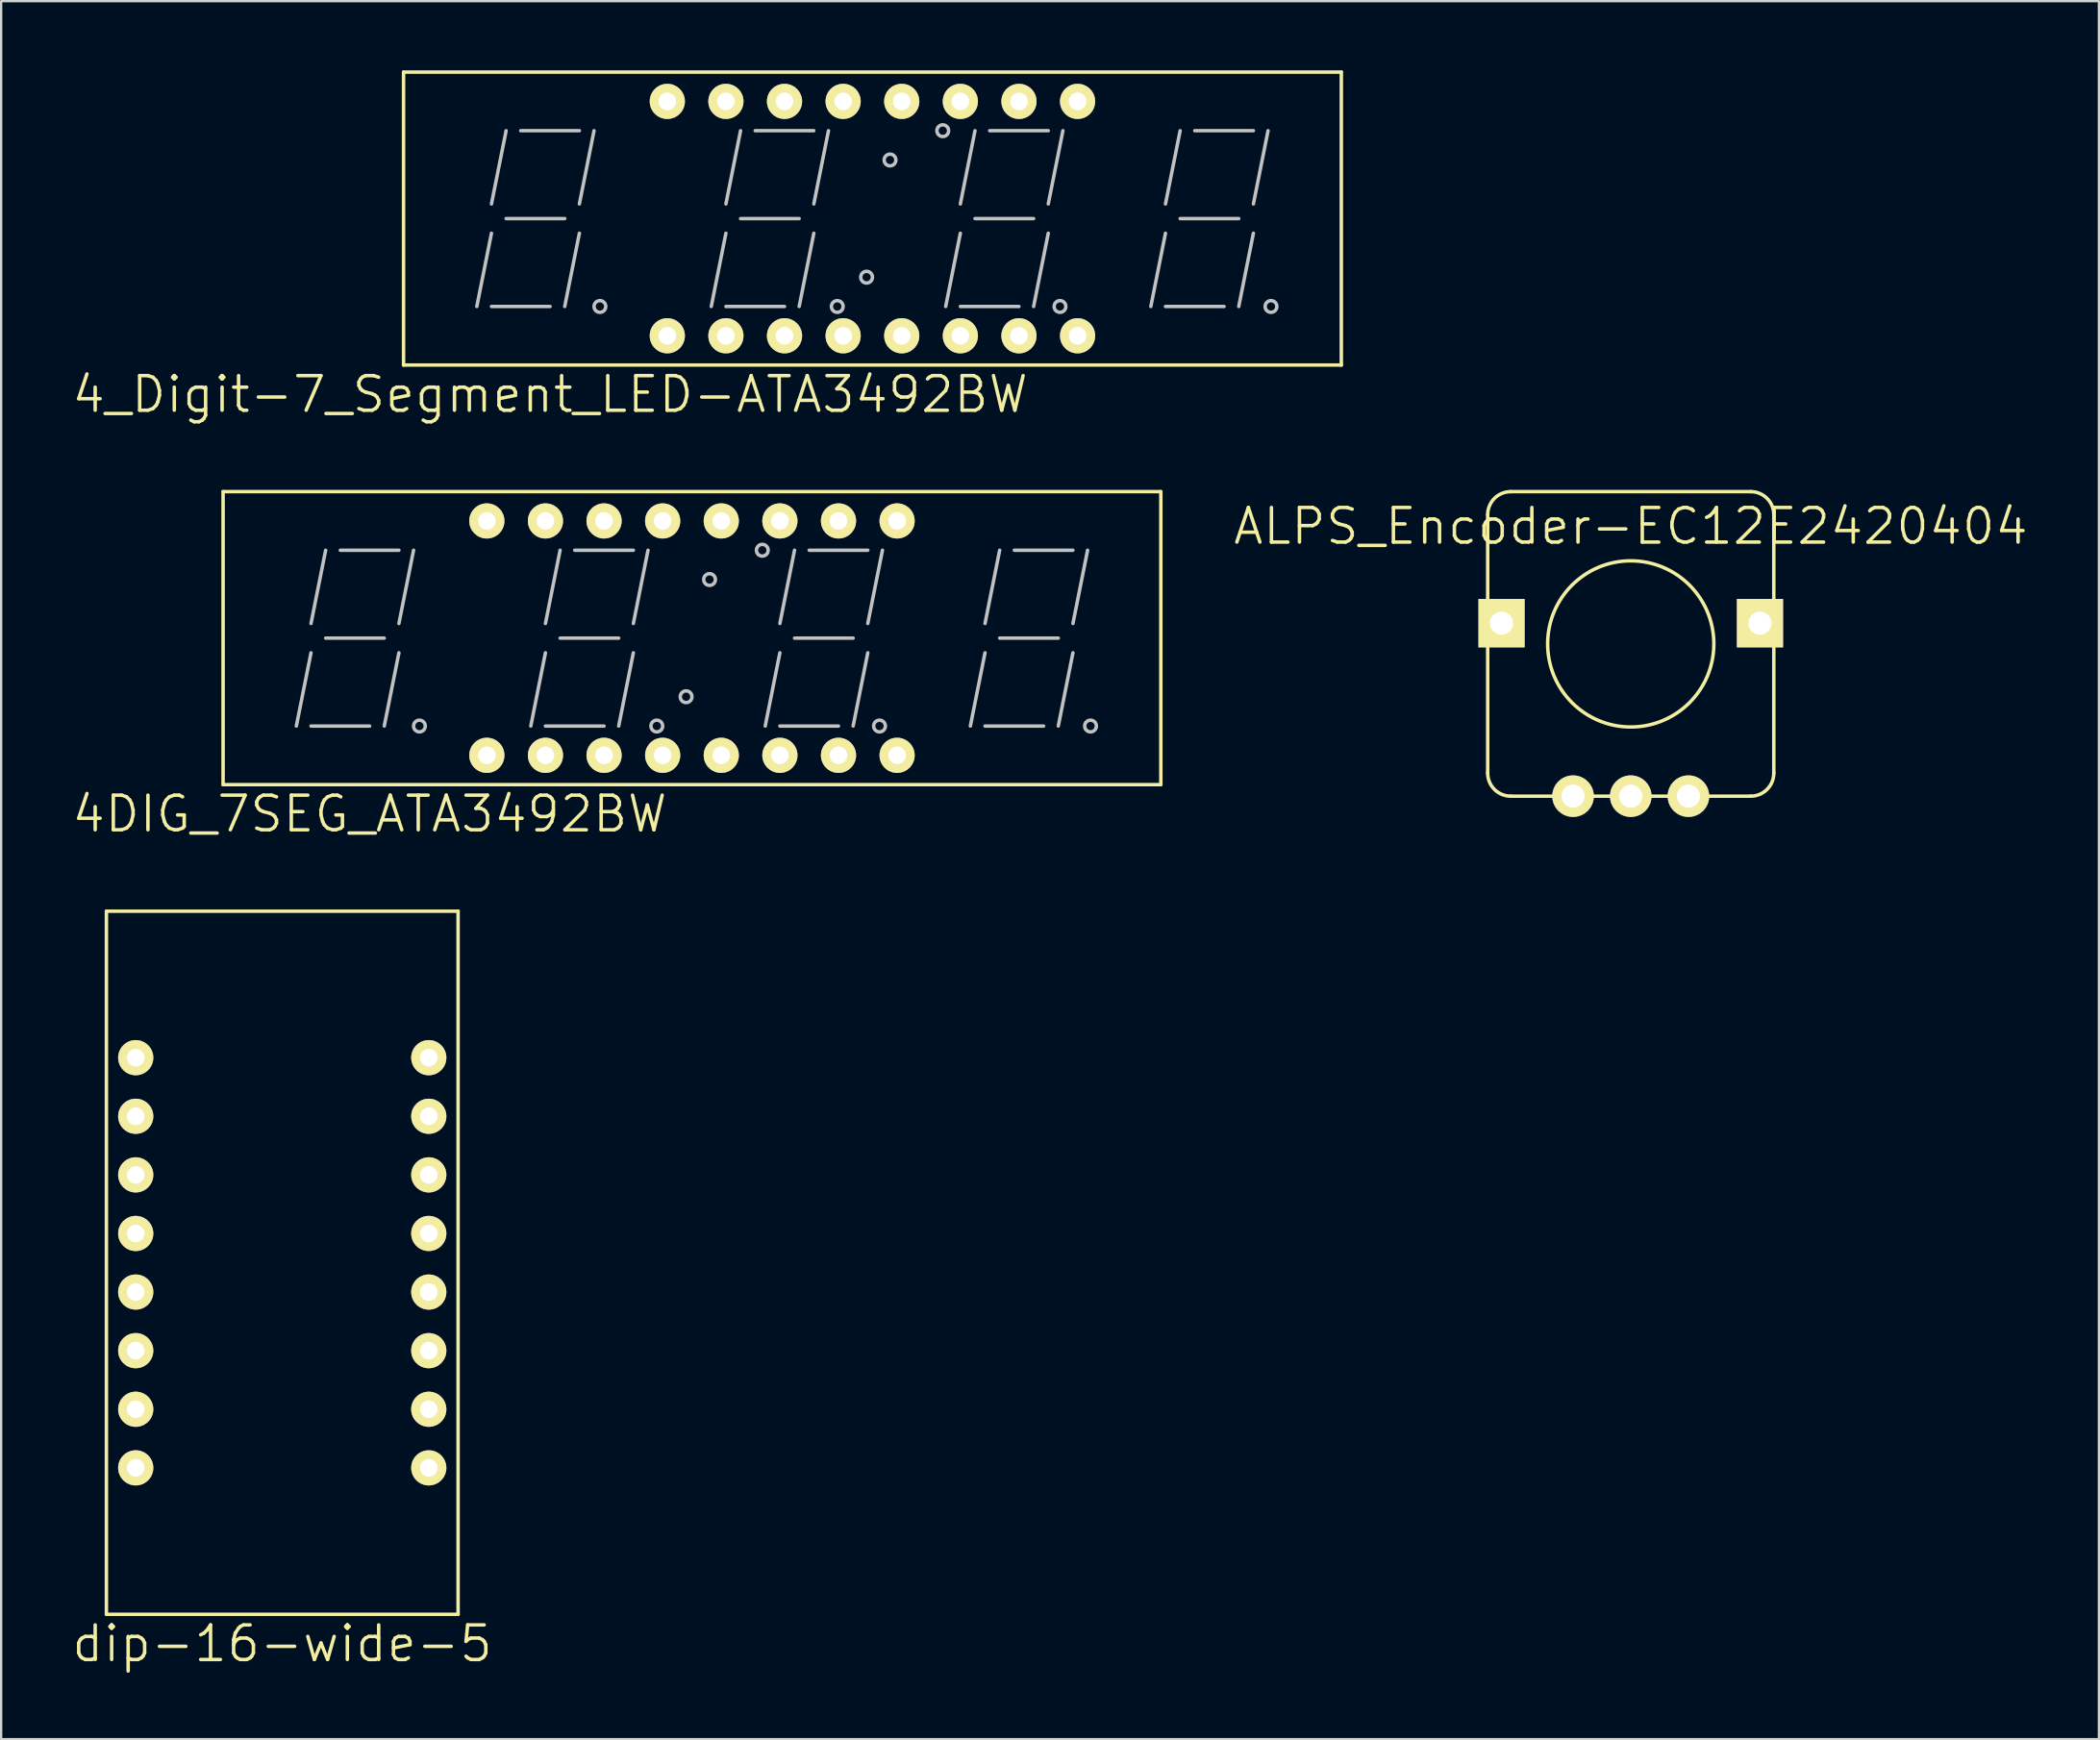
<source format=kicad_pcb>
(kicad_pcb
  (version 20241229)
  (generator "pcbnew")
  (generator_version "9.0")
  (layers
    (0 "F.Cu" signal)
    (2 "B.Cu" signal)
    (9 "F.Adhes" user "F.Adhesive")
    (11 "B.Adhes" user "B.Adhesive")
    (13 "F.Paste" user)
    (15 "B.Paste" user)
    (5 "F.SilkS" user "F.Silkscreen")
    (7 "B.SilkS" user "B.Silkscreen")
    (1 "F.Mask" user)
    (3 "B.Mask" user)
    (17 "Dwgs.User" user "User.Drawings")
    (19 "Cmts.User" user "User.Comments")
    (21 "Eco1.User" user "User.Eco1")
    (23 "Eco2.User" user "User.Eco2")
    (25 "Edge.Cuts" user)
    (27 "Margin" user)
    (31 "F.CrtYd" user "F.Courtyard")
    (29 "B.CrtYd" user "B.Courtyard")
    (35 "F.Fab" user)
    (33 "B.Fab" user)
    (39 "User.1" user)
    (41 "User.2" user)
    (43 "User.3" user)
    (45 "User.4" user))
  (footprint "4_Digit-7_Segment_LED-ATA3492BW"
    (layer "F.Cu")
    (at 34.759 6.425)
    (property "Reference" "4_Digit-7_Segment_LED-ATA3492BW" (at -13.97 7.62 0) (layer "F.SilkS") (effects (font (size 1.5 1.5) (thickness 0.15))))
    (attr through_hole)
    (fp_line (start -20.32 -6.35) (end -20.32 6.35) (stroke (width 0.15) (type solid)) (layer "F.SilkS"))
    (fp_line (start -20.32 6.35) (end 20.32 6.35) (stroke (width 0.15) (type solid)) (layer "F.SilkS"))
    (fp_line (start 20.32 -6.35) (end -20.32 -6.35) (stroke (width 0.15) (type solid)) (layer "F.SilkS"))
    (fp_line (start 20.32 -6.35) (end 20.32 6.35) (stroke (width 0.15) (type solid)) (layer "F.SilkS"))
    (fp_line (start -17.145 3.81) (end -16.51 0.635) (stroke (width 0.15) (type solid)) (layer "Dwgs.User"))
    (fp_line (start -16.51 -0.635) (end -15.875 -3.81) (stroke (width 0.15) (type solid)) (layer "Dwgs.User"))
    (fp_line (start -16.51 3.81) (end -13.97 3.81) (stroke (width 0.15) (type solid)) (layer "Dwgs.User"))
    (fp_line (start -15.875 0) (end -13.335 0) (stroke (width 0.15) (type solid)) (layer "Dwgs.User"))
    (fp_line (start -15.24 -3.81) (end -12.7 -3.81) (stroke (width 0.15) (type solid)) (layer "Dwgs.User"))
    (fp_line (start -13.335 3.81) (end -12.7 0.635) (stroke (width 0.15) (type solid)) (layer "Dwgs.User"))
    (fp_line (start -12.7 -0.635) (end -12.065 -3.81) (stroke (width 0.15) (type solid)) (layer "Dwgs.User"))
    (fp_line (start -6.985 3.81) (end -6.35 0.635) (stroke (width 0.15) (type solid)) (layer "Dwgs.User"))
    (fp_line (start -6.35 -0.635) (end -5.715 -3.81) (stroke (width 0.15) (type solid)) (layer "Dwgs.User"))
    (fp_line (start -6.35 3.81) (end -3.81 3.81) (stroke (width 0.15) (type solid)) (layer "Dwgs.User"))
    (fp_line (start -5.715 0) (end -3.175 0) (stroke (width 0.15) (type solid)) (layer "Dwgs.User"))
    (fp_line (start -5.08 -3.81) (end -2.54 -3.81) (stroke (width 0.15) (type solid)) (layer "Dwgs.User"))
    (fp_line (start -3.175 3.81) (end -2.54 0.635) (stroke (width 0.15) (type solid)) (layer "Dwgs.User"))
    (fp_line (start -2.54 -0.635) (end -1.905 -3.81) (stroke (width 0.15) (type solid)) (layer "Dwgs.User"))
    (fp_line (start 3.175 3.81) (end 3.81 0.635) (stroke (width 0.15) (type solid)) (layer "Dwgs.User"))
    (fp_line (start 3.81 -0.635) (end 4.445 -3.81) (stroke (width 0.15) (type solid)) (layer "Dwgs.User"))
    (fp_line (start 3.81 3.81) (end 6.35 3.81) (stroke (width 0.15) (type solid)) (layer "Dwgs.User"))
    (fp_line (start 4.445 0) (end 6.985 0) (stroke (width 0.15) (type solid)) (layer "Dwgs.User"))
    (fp_line (start 5.08 -3.81) (end 7.62 -3.81) (stroke (width 0.15) (type solid)) (layer "Dwgs.User"))
    (fp_line (start 6.985 3.81) (end 7.62 0.635) (stroke (width 0.15) (type solid)) (layer "Dwgs.User"))
    (fp_line (start 7.62 -0.635) (end 8.255 -3.81) (stroke (width 0.15) (type solid)) (layer "Dwgs.User"))
    (fp_line (start 12.065 3.81) (end 12.7 0.635) (stroke (width 0.15) (type solid)) (layer "Dwgs.User"))
    (fp_line (start 12.7 -0.635) (end 13.335 -3.81) (stroke (width 0.15) (type solid)) (layer "Dwgs.User"))
    (fp_line (start 12.7 3.81) (end 15.24 3.81) (stroke (width 0.15) (type solid)) (layer "Dwgs.User"))
    (fp_line (start 13.335 0) (end 15.875 0) (stroke (width 0.15) (type solid)) (layer "Dwgs.User"))
    (fp_line (start 13.97 -3.81) (end 16.51 -3.81) (stroke (width 0.15) (type solid)) (layer "Dwgs.User"))
    (fp_line (start 15.875 3.81) (end 16.51 0.635) (stroke (width 0.15) (type solid)) (layer "Dwgs.User"))
    (fp_line (start 16.51 -0.635) (end 17.145 -3.81) (stroke (width 0.15) (type solid)) (layer "Dwgs.User"))
    (fp_circle (center -11.811 3.81) (end -11.557 3.81) (stroke (width 0.15) (type solid)) (fill no) (layer "Dwgs.User"))
    (fp_circle (center -1.524 3.81) (end -1.27 3.81) (stroke (width 0.15) (type solid)) (fill no) (layer "Dwgs.User"))
    (fp_circle (center -0.254 2.54) (end 0 2.54) (stroke (width 0.15) (type solid)) (fill no) (layer "Dwgs.User"))
    (fp_circle (center 0.762 -2.54) (end 1.016 -2.54) (stroke (width 0.15) (type solid)) (fill no) (layer "Dwgs.User"))
    (fp_circle (center 3.048 -3.81) (end 2.794 -3.81) (stroke (width 0.15) (type solid)) (fill no) (layer "Dwgs.User"))
    (fp_circle (center 8.128 3.81) (end 8.382 3.81) (stroke (width 0.15) (type solid)) (fill no) (layer "Dwgs.User"))
    (fp_circle (center 17.272 3.81) (end 17.018 3.81) (stroke (width 0.15) (type solid)) (fill no) (layer "Dwgs.User"))
    (pad "1" thru_hole circle (at -8.89 5.08) (size 1.524 1.524) (drill 0.762) (layers "*.Cu" "*.Mask" "F.SilkS"))
    (pad "2" thru_hole circle (at -6.35 5.08) (size 1.524 1.524) (drill 0.762) (layers "*.Cu" "*.Mask" "F.SilkS"))
    (pad "3" thru_hole circle (at -3.81 5.08) (size 1.524 1.524) (drill 0.762) (layers "*.Cu" "*.Mask" "F.SilkS"))
    (pad "4" thru_hole circle (at -1.27 5.08) (size 1.524 1.524) (drill 0.762) (layers "*.Cu" "*.Mask" "F.SilkS"))
    (pad "5" thru_hole circle (at 1.27 5.08) (size 1.524 1.524) (drill 0.762) (layers "*.Cu" "*.Mask" "F.SilkS"))
    (pad "6" thru_hole circle (at 3.81 5.08) (size 1.524 1.524) (drill 0.762) (layers "*.Cu" "*.Mask" "F.SilkS"))
    (pad "7" thru_hole circle (at 6.35 5.08) (size 1.524 1.524) (drill 0.762) (layers "*.Cu" "*.Mask" "F.SilkS"))
    (pad "8" thru_hole circle (at 8.89 5.08) (size 1.524 1.524) (drill 0.762) (layers "*.Cu" "*.Mask" "F.SilkS"))
    (pad "9" thru_hole circle (at 8.89 -5.08) (size 1.524 1.524) (drill 0.762) (layers "*.Cu" "*.Mask" "F.SilkS"))
    (pad "10" thru_hole circle (at 6.35 -5.08) (size 1.524 1.524) (drill 0.762) (layers "*.Cu" "*.Mask" "F.SilkS"))
    (pad "11" thru_hole circle (at 3.81 -5.08) (size 1.524 1.524) (drill 0.762) (layers "*.Cu" "*.Mask" "F.SilkS"))
    (pad "12" thru_hole circle (at 1.27 -5.08) (size 1.524 1.524) (drill 0.762) (layers "*.Cu" "*.Mask" "F.SilkS"))
    (pad "13" thru_hole circle (at -1.27 -5.08) (size 1.524 1.524) (drill 0.762) (layers "*.Cu" "*.Mask" "F.SilkS"))
    (pad "14" thru_hole circle (at -3.81 -5.08) (size 1.524 1.524) (drill 0.762) (layers "*.Cu" "*.Mask" "F.SilkS"))
    (pad "15" thru_hole circle (at -6.35 -5.08) (size 1.524 1.524) (drill 0.762) (layers "*.Cu" "*.Mask" "F.SilkS"))
    (pad "16" thru_hole circle (at -8.89 -5.08) (size 1.524 1.524) (drill 0.762) (layers "*.Cu" "*.Mask" "F.SilkS")))
  (footprint "dip-16-wide-5"
    (layer "F.Cu")
    (at 9.182 51.687)
    (property "Reference" "dip-16-wide-5" (at 0 16.51 0) (layer "F.SilkS") (effects (font (size 1.5 1.5) (thickness 0.15))))
    (attr through_hole)
    (fp_line (start -7.62 -15.24) (end -7.62 15.24) (stroke (width 0.15) (type solid)) (layer "F.SilkS"))
    (fp_line (start -7.62 15.24) (end 7.62 15.24) (stroke (width 0.15) (type solid)) (layer "F.SilkS"))
    (fp_line (start 7.62 -15.24) (end -7.62 -15.24) (stroke (width 0.15) (type solid)) (layer "F.SilkS"))
    (fp_line (start 7.62 15.24) (end 7.62 -15.24) (stroke (width 0.15) (type solid)) (layer "F.SilkS"))
    (pad "1" thru_hole circle (at -6.35 -8.89) (size 1.524 1.524) (drill 0.762) (layers "*.Cu" "*.Mask" "F.SilkS"))
    (pad "2" thru_hole circle (at -6.35 -6.35) (size 1.524 1.524) (drill 0.762) (layers "*.Cu" "*.Mask" "F.SilkS"))
    (pad "3" thru_hole circle (at -6.35 -3.81) (size 1.524 1.524) (drill 0.762) (layers "*.Cu" "*.Mask" "F.SilkS"))
    (pad "4" thru_hole circle (at -6.35 -1.27) (size 1.524 1.524) (drill 0.762) (layers "*.Cu" "*.Mask" "F.SilkS"))
    (pad "5" thru_hole circle (at -6.35 1.27) (size 1.524 1.524) (drill 0.762) (layers "*.Cu" "*.Mask" "F.SilkS"))
    (pad "6" thru_hole circle (at -6.35 3.81) (size 1.524 1.524) (drill 0.762) (layers "*.Cu" "*.Mask" "F.SilkS"))
    (pad "7" thru_hole circle (at -6.35 6.35) (size 1.524 1.524) (drill 0.762) (layers "*.Cu" "*.Mask" "F.SilkS"))
    (pad "8" thru_hole circle (at -6.35 8.89) (size 1.524 1.524) (drill 0.762) (layers "*.Cu" "*.Mask" "F.SilkS"))
    (pad "9" thru_hole circle (at 6.35 8.89) (size 1.524 1.524) (drill 0.762) (layers "*.Cu" "*.Mask" "F.SilkS"))
    (pad "10" thru_hole circle (at 6.35 6.35) (size 1.524 1.524) (drill 0.762) (layers "*.Cu" "*.Mask" "F.SilkS"))
    (pad "11" thru_hole circle (at 6.35 3.81) (size 1.524 1.524) (drill 0.762) (layers "*.Cu" "*.Mask" "F.SilkS"))
    (pad "12" thru_hole circle (at 6.35 1.27) (size 1.524 1.524) (drill 0.762) (layers "*.Cu" "*.Mask" "F.SilkS"))
    (pad "13" thru_hole circle (at 6.35 -1.27) (size 1.524 1.524) (drill 0.762) (layers "*.Cu" "*.Mask" "F.SilkS"))
    (pad "14" thru_hole circle (at 6.35 -3.81) (size 1.524 1.524) (drill 0.762) (layers "*.Cu" "*.Mask" "F.SilkS"))
    (pad "15" thru_hole circle (at 6.35 -6.35) (size 1.524 1.524) (drill 0.762) (layers "*.Cu" "*.Mask" "F.SilkS"))
    (pad "16" thru_hole circle (at 6.35 -8.89) (size 1.524 1.524) (drill 0.762) (layers "*.Cu" "*.Mask" "F.SilkS")))
  (footprint "4DIG_7SEG_ATA3492BW"
    (layer "F.Cu")
    (at 26.938 24.611)
    (property "Reference" "4DIG_7SEG_ATA3492BW" (at -13.97 7.62 0) (layer "F.SilkS") (effects (font (size 1.5 1.5) (thickness 0.15))))
    (attr through_hole)
    (fp_line (start -20.32 -6.35) (end -20.32 6.35) (stroke (width 0.15) (type solid)) (layer "F.SilkS"))
    (fp_line (start -20.32 6.35) (end 20.32 6.35) (stroke (width 0.15) (type solid)) (layer "F.SilkS"))
    (fp_line (start 20.32 -6.35) (end -20.32 -6.35) (stroke (width 0.15) (type solid)) (layer "F.SilkS"))
    (fp_line (start 20.32 -6.35) (end 20.32 6.35) (stroke (width 0.15) (type solid)) (layer "F.SilkS"))
    (fp_line (start -17.145 3.81) (end -16.51 0.635) (stroke (width 0.15) (type solid)) (layer "Dwgs.User"))
    (fp_line (start -16.51 -0.635) (end -15.875 -3.81) (stroke (width 0.15) (type solid)) (layer "Dwgs.User"))
    (fp_line (start -16.51 3.81) (end -13.97 3.81) (stroke (width 0.15) (type solid)) (layer "Dwgs.User"))
    (fp_line (start -15.875 0) (end -13.335 0) (stroke (width 0.15) (type solid)) (layer "Dwgs.User"))
    (fp_line (start -15.24 -3.81) (end -12.7 -3.81) (stroke (width 0.15) (type solid)) (layer "Dwgs.User"))
    (fp_line (start -13.335 3.81) (end -12.7 0.635) (stroke (width 0.15) (type solid)) (layer "Dwgs.User"))
    (fp_line (start -12.7 -0.635) (end -12.065 -3.81) (stroke (width 0.15) (type solid)) (layer "Dwgs.User"))
    (fp_line (start -6.985 3.81) (end -6.35 0.635) (stroke (width 0.15) (type solid)) (layer "Dwgs.User"))
    (fp_line (start -6.35 -0.635) (end -5.715 -3.81) (stroke (width 0.15) (type solid)) (layer "Dwgs.User"))
    (fp_line (start -6.35 3.81) (end -3.81 3.81) (stroke (width 0.15) (type solid)) (layer "Dwgs.User"))
    (fp_line (start -5.715 0) (end -3.175 0) (stroke (width 0.15) (type solid)) (layer "Dwgs.User"))
    (fp_line (start -5.08 -3.81) (end -2.54 -3.81) (stroke (width 0.15) (type solid)) (layer "Dwgs.User"))
    (fp_line (start -3.175 3.81) (end -2.54 0.635) (stroke (width 0.15) (type solid)) (layer "Dwgs.User"))
    (fp_line (start -2.54 -0.635) (end -1.905 -3.81) (stroke (width 0.15) (type solid)) (layer "Dwgs.User"))
    (fp_line (start 3.175 3.81) (end 3.81 0.635) (stroke (width 0.15) (type solid)) (layer "Dwgs.User"))
    (fp_line (start 3.81 -0.635) (end 4.445 -3.81) (stroke (width 0.15) (type solid)) (layer "Dwgs.User"))
    (fp_line (start 3.81 3.81) (end 6.35 3.81) (stroke (width 0.15) (type solid)) (layer "Dwgs.User"))
    (fp_line (start 4.445 0) (end 6.985 0) (stroke (width 0.15) (type solid)) (layer "Dwgs.User"))
    (fp_line (start 5.08 -3.81) (end 7.62 -3.81) (stroke (width 0.15) (type solid)) (layer "Dwgs.User"))
    (fp_line (start 6.985 3.81) (end 7.62 0.635) (stroke (width 0.15) (type solid)) (layer "Dwgs.User"))
    (fp_line (start 7.62 -0.635) (end 8.255 -3.81) (stroke (width 0.15) (type solid)) (layer "Dwgs.User"))
    (fp_line (start 12.065 3.81) (end 12.7 0.635) (stroke (width 0.15) (type solid)) (layer "Dwgs.User"))
    (fp_line (start 12.7 -0.635) (end 13.335 -3.81) (stroke (width 0.15) (type solid)) (layer "Dwgs.User"))
    (fp_line (start 12.7 3.81) (end 15.24 3.81) (stroke (width 0.15) (type solid)) (layer "Dwgs.User"))
    (fp_line (start 13.335 0) (end 15.875 0) (stroke (width 0.15) (type solid)) (layer "Dwgs.User"))
    (fp_line (start 13.97 -3.81) (end 16.51 -3.81) (stroke (width 0.15) (type solid)) (layer "Dwgs.User"))
    (fp_line (start 15.875 3.81) (end 16.51 0.635) (stroke (width 0.15) (type solid)) (layer "Dwgs.User"))
    (fp_line (start 16.51 -0.635) (end 17.145 -3.81) (stroke (width 0.15) (type solid)) (layer "Dwgs.User"))
    (fp_circle (center -11.811 3.81) (end -11.557 3.81) (stroke (width 0.15) (type solid)) (fill no) (layer "Dwgs.User"))
    (fp_circle (center -1.524 3.81) (end -1.27 3.81) (stroke (width 0.15) (type solid)) (fill no) (layer "Dwgs.User"))
    (fp_circle (center -0.254 2.54) (end 0 2.54) (stroke (width 0.15) (type solid)) (fill no) (layer "Dwgs.User"))
    (fp_circle (center 0.762 -2.54) (end 1.016 -2.54) (stroke (width 0.15) (type solid)) (fill no) (layer "Dwgs.User"))
    (fp_circle (center 3.048 -3.81) (end 2.794 -3.81) (stroke (width 0.15) (type solid)) (fill no) (layer "Dwgs.User"))
    (fp_circle (center 8.128 3.81) (end 8.382 3.81) (stroke (width 0.15) (type solid)) (fill no) (layer "Dwgs.User"))
    (fp_circle (center 17.272 3.81) (end 17.018 3.81) (stroke (width 0.15) (type solid)) (fill no) (layer "Dwgs.User"))
    (pad "1" thru_hole circle (at -8.89 5.08) (size 1.524 1.524) (drill 0.762) (layers "*.Cu" "*.Mask" "F.SilkS"))
    (pad "2" thru_hole circle (at -6.35 5.08) (size 1.524 1.524) (drill 0.762) (layers "*.Cu" "*.Mask" "F.SilkS"))
    (pad "3" thru_hole circle (at -3.81 5.08) (size 1.524 1.524) (drill 0.762) (layers "*.Cu" "*.Mask" "F.SilkS"))
    (pad "4" thru_hole circle (at -1.27 5.08) (size 1.524 1.524) (drill 0.762) (layers "*.Cu" "*.Mask" "F.SilkS"))
    (pad "5" thru_hole circle (at 1.27 5.08) (size 1.524 1.524) (drill 0.762) (layers "*.Cu" "*.Mask" "F.SilkS"))
    (pad "6" thru_hole circle (at 3.81 5.08) (size 1.524 1.524) (drill 0.762) (layers "*.Cu" "*.Mask" "F.SilkS"))
    (pad "7" thru_hole circle (at 6.35 5.08) (size 1.524 1.524) (drill 0.762) (layers "*.Cu" "*.Mask" "F.SilkS"))
    (pad "8" thru_hole circle (at 8.89 5.08) (size 1.524 1.524) (drill 0.762) (layers "*.Cu" "*.Mask" "F.SilkS"))
    (pad "9" thru_hole circle (at 8.89 -5.08) (size 1.524 1.524) (drill 0.762) (layers "*.Cu" "*.Mask" "F.SilkS"))
    (pad "10" thru_hole circle (at 6.35 -5.08) (size 1.524 1.524) (drill 0.762) (layers "*.Cu" "*.Mask" "F.SilkS"))
    (pad "11" thru_hole circle (at 3.81 -5.08) (size 1.524 1.524) (drill 0.762) (layers "*.Cu" "*.Mask" "F.SilkS"))
    (pad "12" thru_hole circle (at 1.27 -5.08) (size 1.524 1.524) (drill 0.762) (layers "*.Cu" "*.Mask" "F.SilkS"))
    (pad "13" thru_hole circle (at -1.27 -5.08) (size 1.524 1.524) (drill 0.762) (layers "*.Cu" "*.Mask" "F.SilkS"))
    (pad "14" thru_hole circle (at -3.81 -5.08) (size 1.524 1.524) (drill 0.762) (layers "*.Cu" "*.Mask" "F.SilkS"))
    (pad "15" thru_hole circle (at -6.35 -5.08) (size 1.524 1.524) (drill 0.762) (layers "*.Cu" "*.Mask" "F.SilkS"))
    (pad "16" thru_hole circle (at -8.89 -5.08) (size 1.524 1.524) (drill 0.762) (layers "*.Cu" "*.Mask" "F.SilkS")))
  (footprint "ALPS_Encoder-EC12E2420404"
    (layer "F.Cu")
    (at 67.622 31.461)
    (property "Reference" "ALPS_Encoder-EC12E2420404" (at 0 -11.7 0) (layer "F.SilkS") (effects (font (size 1.5 1.5) (thickness 0.15))))
    (attr through_hole)
    (fp_line (start -6.2 -1) (end -6.2 -12.2) (stroke (width 0.15) (type solid)) (layer "F.SilkS"))
    (fp_line (start -5.2 -13.2) (end 5.2 -13.2) (stroke (width 0.15) (type solid)) (layer "F.SilkS"))
    (fp_line (start -5.2 0) (end 5.2 0) (stroke (width 0.15) (type solid)) (layer "F.SilkS"))
    (fp_line (start 6.2 -12.2) (end 6.2 -1) (stroke (width 0.15) (type solid)) (layer "F.SilkS"))
    (fp_arc (start -6.2 -12.2) (mid -5.907107 -12.907107) (end -5.2 -13.2) (stroke (width 0.15) (type solid)) (layer "F.SilkS"))
    (fp_arc (start -5.2 0) (mid -5.907107 -0.292893) (end -6.2 -1) (stroke (width 0.15) (type solid)) (layer "F.SilkS"))
    (fp_arc (start 5.2 -13.2) (mid 5.907107 -12.907107) (end 6.2 -12.2) (stroke (width 0.15) (type solid)) (layer "F.SilkS"))
    (fp_arc (start 6.2 -1) (mid 5.907107 -0.292893) (end 5.2 0) (stroke (width 0.15) (type solid)) (layer "F.SilkS"))
    (fp_circle (center 0 -6.6) (end 3.6 -6.5) (stroke (width 0.15) (type solid)) (fill no) (layer "F.SilkS"))
    (pad "" np_thru_hole rect (at -5.6 -7.5) (size 2 2.1) (drill 1) (layers "*.Cu" "*.Mask" "F.SilkS"))
    (pad "" np_thru_hole rect (at 5.6 -7.5) (size 2 2.1) (drill 1) (layers "*.Cu" "*.Mask" "F.SilkS"))
    (pad "A" thru_hole circle (at -2.5 0) (size 1.8 1.8) (drill 1) (layers "*.Cu" "*.Mask" "F.SilkS"))
    (pad "B" thru_hole circle (at 2.5 0) (size 1.8 1.8) (drill 1) (layers "*.Cu" "*.Mask" "F.SilkS"))
    (pad "C" thru_hole circle (at 0 0) (size 1.8 1.8) (drill 1) (layers "*.Cu" "*.Mask" "F.SilkS")))
  (gr_rect
    (start -3 -3)
    (end 87.911 72.337)
    (stroke (width 0.1) (type default))
    (fill no)
    (layer "Edge.Cuts")))
</source>
